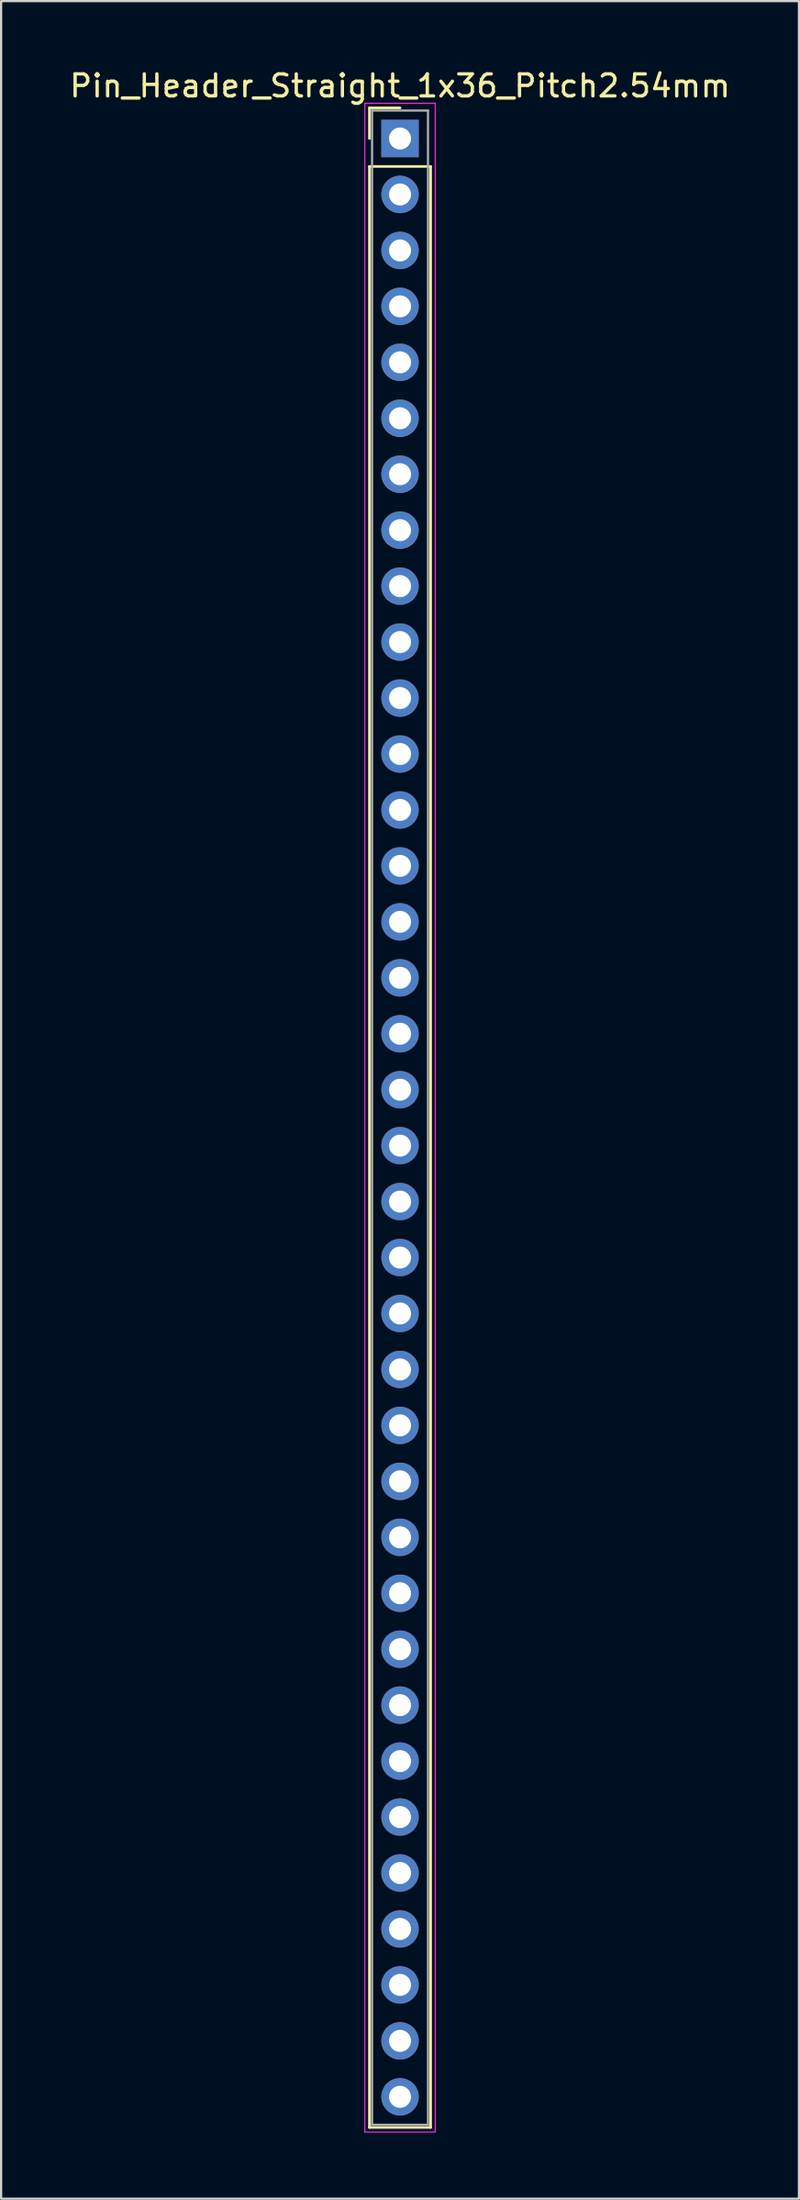
<source format=kicad_pcb>
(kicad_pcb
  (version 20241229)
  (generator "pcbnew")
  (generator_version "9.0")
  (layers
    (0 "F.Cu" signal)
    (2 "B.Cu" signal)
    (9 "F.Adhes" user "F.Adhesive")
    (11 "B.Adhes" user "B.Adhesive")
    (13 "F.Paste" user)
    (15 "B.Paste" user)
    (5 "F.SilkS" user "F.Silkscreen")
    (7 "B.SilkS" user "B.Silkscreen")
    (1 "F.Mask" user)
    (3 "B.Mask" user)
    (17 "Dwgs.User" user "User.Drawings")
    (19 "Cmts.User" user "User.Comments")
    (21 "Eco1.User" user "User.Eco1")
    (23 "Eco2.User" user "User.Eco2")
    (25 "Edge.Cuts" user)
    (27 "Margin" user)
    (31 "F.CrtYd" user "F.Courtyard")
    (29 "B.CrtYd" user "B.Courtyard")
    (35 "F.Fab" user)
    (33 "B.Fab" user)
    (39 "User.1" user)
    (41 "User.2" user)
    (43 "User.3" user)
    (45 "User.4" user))
  (footprint "Pin_Header_Straight_1x36_Pitch2.54mm"
    (layer "F.Cu")
    (at 15.125 3.238)
    (property "Reference" "Pin_Header_Straight_1x36_Pitch2.54mm" (at 0 -2.39 0) (layer "F.SilkS") (effects (font (size 1 1) (thickness 0.15))))
    (attr through_hole)
    (fp_line (start -1.39 -1.39) (end 0 -1.39) (stroke (width 0.12) (type solid)) (layer "F.SilkS"))
    (fp_line (start -1.39 0) (end -1.39 -1.39) (stroke (width 0.12) (type solid)) (layer "F.SilkS"))
    (fp_line (start -1.39 1.27) (end -1.39 90.29) (stroke (width 0.12) (type solid)) (layer "F.SilkS"))
    (fp_line (start -1.39 90.29) (end 1.39 90.29) (stroke (width 0.12) (type solid)) (layer "F.SilkS"))
    (fp_line (start 1.39 1.27) (end -1.39 1.27) (stroke (width 0.12) (type solid)) (layer "F.SilkS"))
    (fp_line (start 1.39 90.29) (end 1.39 1.27) (stroke (width 0.12) (type solid)) (layer "F.SilkS"))
    (fp_line (start -1.6 -1.6) (end -1.6 90.5) (stroke (width 0.05) (type solid)) (layer "F.CrtYd"))
    (fp_line (start -1.6 90.5) (end 1.6 90.5) (stroke (width 0.05) (type solid)) (layer "F.CrtYd"))
    (fp_line (start 1.6 -1.6) (end -1.6 -1.6) (stroke (width 0.05) (type solid)) (layer "F.CrtYd"))
    (fp_line (start 1.6 90.5) (end 1.6 -1.6) (stroke (width 0.05) (type solid)) (layer "F.CrtYd"))
    (fp_line (start -1.27 -1.27) (end -1.27 90.17) (stroke (width 0.1) (type solid)) (layer "F.Fab"))
    (fp_line (start -1.27 90.17) (end 1.27 90.17) (stroke (width 0.1) (type solid)) (layer "F.Fab"))
    (fp_line (start 1.27 -1.27) (end -1.27 -1.27) (stroke (width 0.1) (type solid)) (layer "F.Fab"))
    (fp_line (start 1.27 90.17) (end 1.27 -1.27) (stroke (width 0.1) (type solid)) (layer "F.Fab"))
    (pad "1" thru_hole rect (at 0 0) (size 1.7 1.7) (drill 1) (layers "*.Cu" "*.Mask"))
    (pad "2" thru_hole oval (at 0 2.54) (size 1.7 1.7) (drill 1) (layers "*.Cu" "*.Mask"))
    (pad "3" thru_hole oval (at 0 5.08) (size 1.7 1.7) (drill 1) (layers "*.Cu" "*.Mask"))
    (pad "4" thru_hole oval (at 0 7.62) (size 1.7 1.7) (drill 1) (layers "*.Cu" "*.Mask"))
    (pad "5" thru_hole oval (at 0 10.16) (size 1.7 1.7) (drill 1) (layers "*.Cu" "*.Mask"))
    (pad "6" thru_hole oval (at 0 12.7) (size 1.7 1.7) (drill 1) (layers "*.Cu" "*.Mask"))
    (pad "7" thru_hole oval (at 0 15.24) (size 1.7 1.7) (drill 1) (layers "*.Cu" "*.Mask"))
    (pad "8" thru_hole oval (at 0 17.78) (size 1.7 1.7) (drill 1) (layers "*.Cu" "*.Mask"))
    (pad "9" thru_hole oval (at 0 20.32) (size 1.7 1.7) (drill 1) (layers "*.Cu" "*.Mask"))
    (pad "10" thru_hole oval (at 0 22.86) (size 1.7 1.7) (drill 1) (layers "*.Cu" "*.Mask"))
    (pad "11" thru_hole oval (at 0 25.4) (size 1.7 1.7) (drill 1) (layers "*.Cu" "*.Mask"))
    (pad "12" thru_hole oval (at 0 27.94) (size 1.7 1.7) (drill 1) (layers "*.Cu" "*.Mask"))
    (pad "13" thru_hole oval (at 0 30.48) (size 1.7 1.7) (drill 1) (layers "*.Cu" "*.Mask"))
    (pad "14" thru_hole oval (at 0 33.02) (size 1.7 1.7) (drill 1) (layers "*.Cu" "*.Mask"))
    (pad "15" thru_hole oval (at 0 35.56) (size 1.7 1.7) (drill 1) (layers "*.Cu" "*.Mask"))
    (pad "16" thru_hole oval (at 0 38.1) (size 1.7 1.7) (drill 1) (layers "*.Cu" "*.Mask"))
    (pad "17" thru_hole oval (at 0 40.64) (size 1.7 1.7) (drill 1) (layers "*.Cu" "*.Mask"))
    (pad "18" thru_hole oval (at 0 43.18) (size 1.7 1.7) (drill 1) (layers "*.Cu" "*.Mask"))
    (pad "19" thru_hole oval (at 0 45.72) (size 1.7 1.7) (drill 1) (layers "*.Cu" "*.Mask"))
    (pad "20" thru_hole oval (at 0 48.26) (size 1.7 1.7) (drill 1) (layers "*.Cu" "*.Mask"))
    (pad "21" thru_hole oval (at 0 50.8) (size 1.7 1.7) (drill 1) (layers "*.Cu" "*.Mask"))
    (pad "22" thru_hole oval (at 0 53.34) (size 1.7 1.7) (drill 1) (layers "*.Cu" "*.Mask"))
    (pad "23" thru_hole oval (at 0 55.88) (size 1.7 1.7) (drill 1) (layers "*.Cu" "*.Mask"))
    (pad "24" thru_hole oval (at 0 58.42) (size 1.7 1.7) (drill 1) (layers "*.Cu" "*.Mask"))
    (pad "25" thru_hole oval (at 0 60.96) (size 1.7 1.7) (drill 1) (layers "*.Cu" "*.Mask"))
    (pad "26" thru_hole oval (at 0 63.5) (size 1.7 1.7) (drill 1) (layers "*.Cu" "*.Mask"))
    (pad "27" thru_hole oval (at 0 66.04) (size 1.7 1.7) (drill 1) (layers "*.Cu" "*.Mask"))
    (pad "28" thru_hole oval (at 0 68.58) (size 1.7 1.7) (drill 1) (layers "*.Cu" "*.Mask"))
    (pad "29" thru_hole oval (at 0 71.12) (size 1.7 1.7) (drill 1) (layers "*.Cu" "*.Mask"))
    (pad "30" thru_hole oval (at 0 73.66) (size 1.7 1.7) (drill 1) (layers "*.Cu" "*.Mask"))
    (pad "31" thru_hole oval (at 0 76.2) (size 1.7 1.7) (drill 1) (layers "*.Cu" "*.Mask"))
    (pad "32" thru_hole oval (at 0 78.74) (size 1.7 1.7) (drill 1) (layers "*.Cu" "*.Mask"))
    (pad "33" thru_hole oval (at 0 81.28) (size 1.7 1.7) (drill 1) (layers "*.Cu" "*.Mask"))
    (pad "34" thru_hole oval (at 0 83.82) (size 1.7 1.7) (drill 1) (layers "*.Cu" "*.Mask"))
    (pad "35" thru_hole oval (at 0 86.36) (size 1.7 1.7) (drill 1) (layers "*.Cu" "*.Mask"))
    (pad "36" thru_hole oval (at 0 88.9) (size 1.7 1.7) (drill 1) (layers "*.Cu" "*.Mask")))
  (gr_rect
    (start -3 -3)
    (end 33.25 96.763)
    (stroke (width 0.1) (type default))
    (fill no)
    (layer "Edge.Cuts")))
</source>
